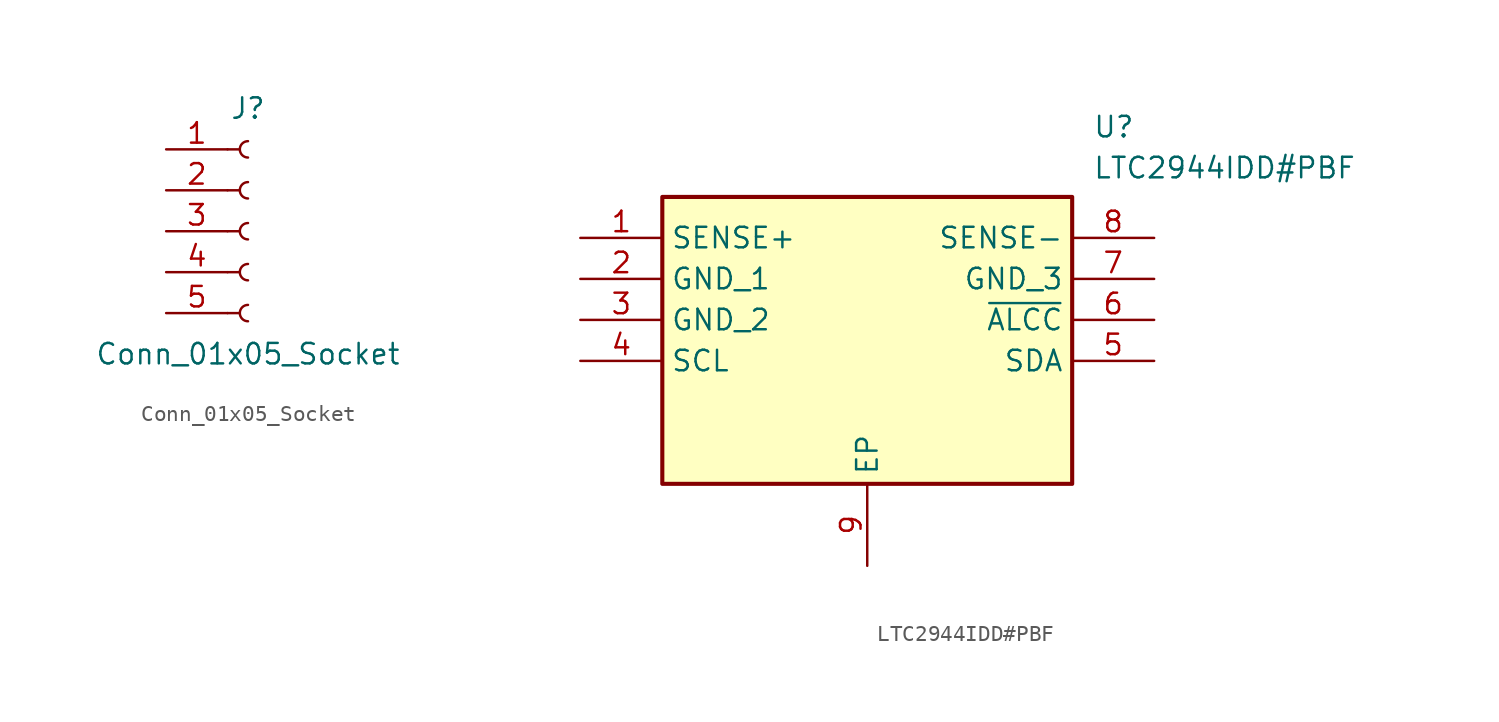
<source format=kicad_sym>
(kicad_symbol_lib
  (version 20231120)
  (generator "kicad_symbol_editor")
  (generator_version "8.0")
  (symbol "Conn_01x05_Socket"
    (pin_names
      (offset 1.016) hide)
    (property "Reference" "J"
      (at 0 7.62 0)
      (effects (font (size 1.27 1.27))))
    (property "Value" "Conn_01x05_Socket"
      (at 0 -7.62 0)
      (effects (font (size 1.27 1.27))))
    (property "ki_locked" ""
      (at 0 0 0)
      (effects (font (size 1.27 1.27))))
    (symbol "Conn_01x05_Socket_1_1"
      (arc (start 0 -4.572) (mid -0.5058 -5.08) (end 0 -5.588) (stroke (width 0.1524) (type default)) (fill (type none)))
      (arc (start 0 -2.032) (mid -0.5058 -2.54) (end 0 -3.048) (stroke (width 0.1524) (type default)) (fill (type none)))
      (polyline (pts (xy -1.27 -5.08) (xy -0.508 -5.08)) (stroke (width 0.152) (type default)) (fill (type none)))
      (polyline (pts (xy -1.27 -2.54) (xy -0.508 -2.54)) (stroke (width 0.152) (type default)) (fill (type none)))
      (polyline (pts (xy -1.27 0) (xy -0.508 0)) (stroke (width 0.152) (type default)) (fill (type none)))
      (polyline (pts (xy -1.27 2.54) (xy -0.508 2.54)) (stroke (width 0.152) (type default)) (fill (type none)))
      (polyline (pts (xy -1.27 5.08) (xy -0.508 5.08)) (stroke (width 0.152) (type default)) (fill (type none)))
      (arc (start 0 0.508) (mid -0.5058 0) (end 0 -0.508) (stroke (width 0.1524) (type default)) (fill (type none)))
      (arc (start 0 3.048) (mid -0.5058 2.54) (end 0 2.032) (stroke (width 0.1524) (type default)) (fill (type none)))
      (arc (start 0 5.588) (mid -0.5058 5.08) (end 0 4.572) (stroke (width 0.1524) (type default)) (fill (type none)))
      (pin passive line (at -5.08 5.08 0) (length 3.81) (name "Pin_1" (effects (font (size 1.27 1.27)))) (number "1" (effects (font (size 1.27 1.27)))))
      (pin passive line (at -5.08 2.54 0) (length 3.81) (name "Pin_2" (effects (font (size 1.27 1.27)))) (number "2" (effects (font (size 1.27 1.27)))))
      (pin passive line (at -5.08 0 0) (length 3.81) (name "Pin_3" (effects (font (size 1.27 1.27)))) (number "3" (effects (font (size 1.27 1.27)))))
      (pin passive line (at -5.08 -2.54 0) (length 3.81) (name "Pin_4" (effects (font (size 1.27 1.27)))) (number "4" (effects (font (size 1.27 1.27)))))
      (pin passive line (at -5.08 -5.08 0) (length 3.81) (name "Pin_5" (effects (font (size 1.27 1.27)))) (number "5" (effects (font (size 1.27 1.27)))))))
  (symbol "LTC2944IDD#PBF"
    (property "Reference" "U"
      (at 31.75 7.62 0)
      (effects (font (size 1.27 1.27)) (justify left top)))
    (property "Value" "LTC2944IDD#PBF"
      (at 31.75 5.08 0)
      (effects (font (size 1.27 1.27)) (justify left top)))
    (symbol "LTC2944IDD#PBF_1_1"
      (rectangle (start 5.08 2.54) (end 30.48 -15.24) (stroke (width 0.254) (type default)) (fill (type background)))
      (pin passive line (at 0 0 0) (length 5.08) (name "SENSE+" (effects (font (size 1.27 1.27)))) (number "1" (effects (font (size 1.27 1.27)))))
      (pin passive line (at 0 -2.54 0) (length 5.08) (name "GND_1" (effects (font (size 1.27 1.27)))) (number "2" (effects (font (size 1.27 1.27)))))
      (pin passive line (at 0 -5.08 0) (length 5.08) (name "GND_2" (effects (font (size 1.27 1.27)))) (number "3" (effects (font (size 1.27 1.27)))))
      (pin passive line (at 0 -7.62 0) (length 5.08) (name "SCL" (effects (font (size 1.27 1.27)))) (number "4" (effects (font (size 1.27 1.27)))))
      (pin passive line (at 35.56 -7.62 180) (length 5.08) (name "SDA" (effects (font (size 1.27 1.27)))) (number "5" (effects (font (size 1.27 1.27)))))
      (pin passive line (at 35.56 -5.08 180) (length 5.08) (name "~{ALCC}" (effects (font (size 1.27 1.27)))) (number "6" (effects (font (size 1.27 1.27)))))
      (pin passive line (at 35.56 -2.54 180) (length 5.08) (name "GND_3" (effects (font (size 1.27 1.27)))) (number "7" (effects (font (size 1.27 1.27)))))
      (pin passive line (at 35.56 0 180) (length 5.08) (name "SENSE-" (effects (font (size 1.27 1.27)))) (number "8" (effects (font (size 1.27 1.27)))))
      (pin passive line (at 17.78 -20.32 90) (length 5.08) (name "EP" (effects (font (size 1.27 1.27)))) (number "9" (effects (font (size 1.27 1.27))))))))
</source>
